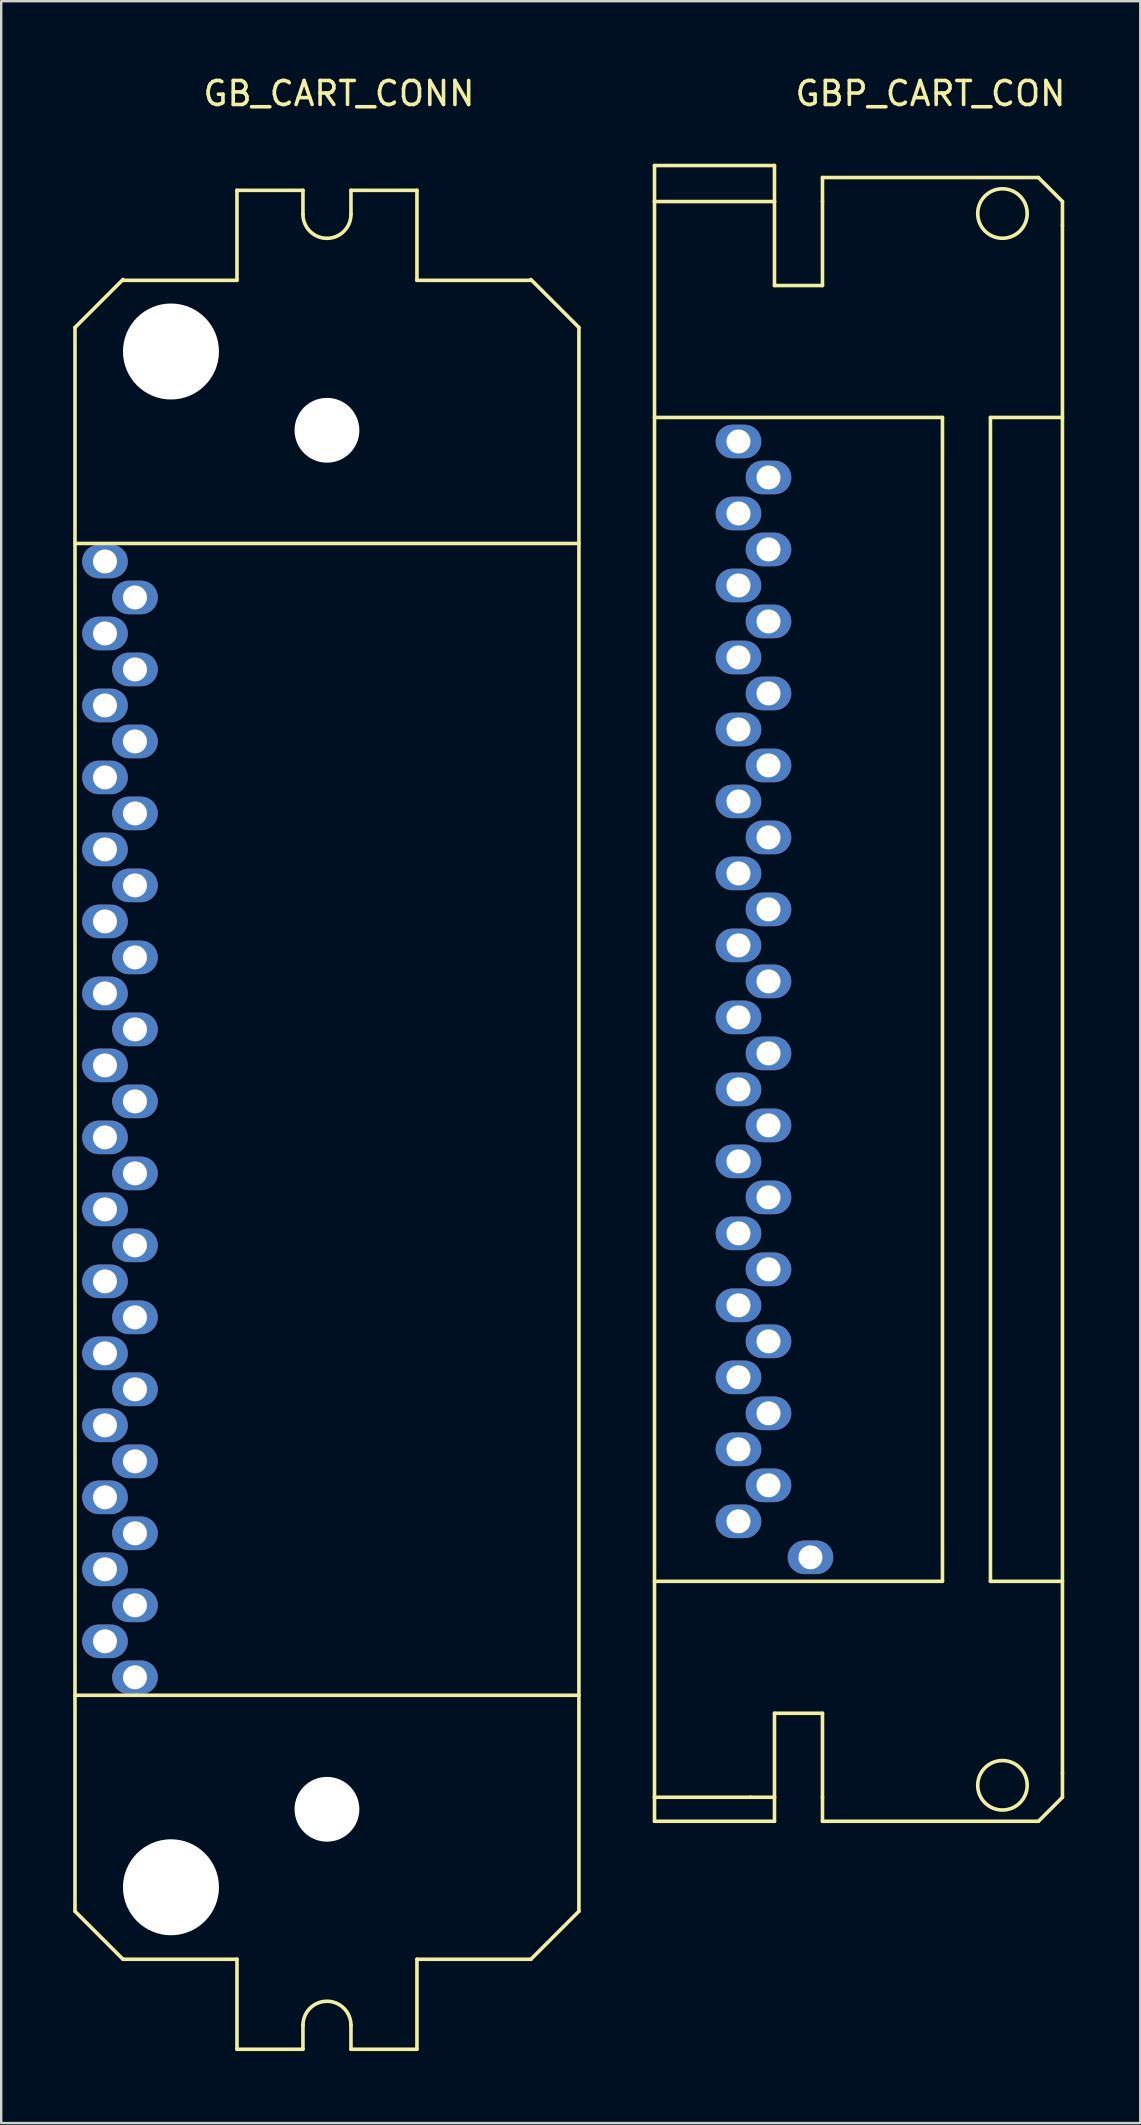
<source format=kicad_pcb>
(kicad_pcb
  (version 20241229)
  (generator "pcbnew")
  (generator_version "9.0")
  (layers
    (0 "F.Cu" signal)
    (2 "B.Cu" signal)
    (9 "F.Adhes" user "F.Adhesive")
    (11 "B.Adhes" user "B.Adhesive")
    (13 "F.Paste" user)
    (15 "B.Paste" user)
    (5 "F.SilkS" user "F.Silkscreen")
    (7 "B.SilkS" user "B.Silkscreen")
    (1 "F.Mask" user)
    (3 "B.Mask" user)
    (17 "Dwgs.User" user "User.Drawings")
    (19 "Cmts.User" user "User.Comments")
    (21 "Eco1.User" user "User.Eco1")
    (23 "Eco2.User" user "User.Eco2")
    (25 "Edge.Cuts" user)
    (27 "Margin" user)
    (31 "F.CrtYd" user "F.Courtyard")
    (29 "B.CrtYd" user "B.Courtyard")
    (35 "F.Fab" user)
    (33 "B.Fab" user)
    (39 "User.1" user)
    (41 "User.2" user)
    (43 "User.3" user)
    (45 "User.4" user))
  (footprint "GB_CART_CONN"
    (layer "F.Cu")
    (at 10.575 43.598)
    (property "Reference" "GB_CART_CONN" (at 0.5 -42.75 0) (layer "F.SilkS") (effects (font (size 1 1) (thickness 0.15))))
    (attr through_hole)
    (fp_line (start -10.5 -33) (end -10.5 33) (stroke (width 0.15) (type solid)) (layer "F.SilkS"))
    (fp_line (start -10.5 -33) (end -8.5 -35) (stroke (width 0.15) (type solid)) (layer "F.SilkS"))
    (fp_line (start -10.5 -24) (end 10.5 -24) (stroke (width 0.15) (type solid)) (layer "F.SilkS"))
    (fp_line (start -10.5 24) (end 10.5 24) (stroke (width 0.15) (type solid)) (layer "F.SilkS"))
    (fp_line (start -10.5 33) (end -8.5 35) (stroke (width 0.15) (type solid)) (layer "F.SilkS"))
    (fp_line (start -8.5 -34.967) (end -3.75 -34.967) (stroke (width 0.15) (type solid)) (layer "F.SilkS"))
    (fp_line (start -8.5 35) (end -3.75 35) (stroke (width 0.15) (type solid)) (layer "F.SilkS"))
    (fp_line (start -3.75 -38.717) (end -3.75 -34.967) (stroke (width 0.15) (type solid)) (layer "F.SilkS"))
    (fp_line (start -3.75 38.75) (end -3.75 35) (stroke (width 0.15) (type solid)) (layer "F.SilkS"))
    (fp_line (start -1 -38.717) (end -3.75 -38.717) (stroke (width 0.15) (type solid)) (layer "F.SilkS"))
    (fp_line (start -1 -37.717) (end -1 -38.717) (stroke (width 0.15) (type solid)) (layer "F.SilkS"))
    (fp_line (start -1 37.75) (end -1 38.75) (stroke (width 0.15) (type solid)) (layer "F.SilkS"))
    (fp_line (start -1 38.75) (end -3.75 38.75) (stroke (width 0.15) (type solid)) (layer "F.SilkS"))
    (fp_line (start 1 -38.717) (end 1 -37.717) (stroke (width 0.15) (type solid)) (layer "F.SilkS"))
    (fp_line (start 1 38.75) (end 1 37.75) (stroke (width 0.15) (type solid)) (layer "F.SilkS"))
    (fp_line (start 3.75 -38.717) (end 1 -38.717) (stroke (width 0.15) (type solid)) (layer "F.SilkS"))
    (fp_line (start 3.75 -34.967) (end 3.75 -38.717) (stroke (width 0.15) (type solid)) (layer "F.SilkS"))
    (fp_line (start 3.75 -34.967) (end 8.5 -34.967) (stroke (width 0.15) (type solid)) (layer "F.SilkS"))
    (fp_line (start 3.75 35) (end 3.75 38.75) (stroke (width 0.15) (type solid)) (layer "F.SilkS"))
    (fp_line (start 3.75 35) (end 8.5 35) (stroke (width 0.15) (type solid)) (layer "F.SilkS"))
    (fp_line (start 3.75 38.75) (end 1 38.75) (stroke (width 0.15) (type solid)) (layer "F.SilkS"))
    (fp_line (start 8.5 -35) (end 10.5 -33) (stroke (width 0.15) (type solid)) (layer "F.SilkS"))
    (fp_line (start 8.5 35) (end 10.5 33) (stroke (width 0.15) (type solid)) (layer "F.SilkS"))
    (fp_line (start 10.5 33) (end 10.5 -33) (stroke (width 0.15) (type solid)) (layer "F.SilkS"))
    (fp_arc (start -1 37.75) (mid 0 36.75) (end 1 37.75) (stroke (width 0.15) (type solid)) (layer "F.SilkS"))
    (fp_arc (start 1 -37.716948) (mid 0 -36.716948) (end -1 -37.716948) (stroke (width 0.15) (type solid)) (layer "F.SilkS"))
    (pad "" np_thru_hole circle (at -6.5 -32 180) (size 4 4) (drill 4) (layers "*.Cu" "*.Mask"))
    (pad "" np_thru_hole circle (at -6.5 32) (size 4 4) (drill 4) (layers "*.Cu" "*.Mask"))
    (pad "" np_thru_hole circle (at 0 -28.717 180) (size 2.7 2.7) (drill 2.7) (layers "*.Cu" "*.Mask"))
    (pad "" np_thru_hole circle (at 0 28.75) (size 2.7 2.7) (drill 2.7) (layers "*.Cu" "*.Mask"))
    (pad "1" thru_hole oval (at -9.25 -23.25) (size 1.9 1.4) (drill 1) (layers "*.Cu" "*.Mask"))
    (pad "2" thru_hole oval (at -8 -21.75) (size 1.9 1.4) (drill 1) (layers "*.Cu" "*.Mask"))
    (pad "3" thru_hole oval (at -9.25 -20.25) (size 1.9 1.4) (drill 1) (layers "*.Cu" "*.Mask"))
    (pad "4" thru_hole oval (at -8 -18.75) (size 1.9 1.4) (drill 1) (layers "*.Cu" "*.Mask"))
    (pad "5" thru_hole oval (at -9.25 -17.25) (size 1.9 1.4) (drill 1) (layers "*.Cu" "*.Mask"))
    (pad "6" thru_hole oval (at -8 -15.75) (size 1.9 1.4) (drill 1) (layers "*.Cu" "*.Mask"))
    (pad "7" thru_hole oval (at -9.25 -14.25) (size 1.9 1.4) (drill 1) (layers "*.Cu" "*.Mask"))
    (pad "8" thru_hole oval (at -8 -12.75) (size 1.9 1.4) (drill 1) (layers "*.Cu" "*.Mask"))
    (pad "9" thru_hole oval (at -9.25 -11.25) (size 1.9 1.4) (drill 1) (layers "*.Cu" "*.Mask"))
    (pad "10" thru_hole oval (at -8 -9.75) (size 1.9 1.4) (drill 1) (layers "*.Cu" "*.Mask"))
    (pad "11" thru_hole oval (at -9.25 -8.25) (size 1.9 1.4) (drill 1) (layers "*.Cu" "*.Mask"))
    (pad "12" thru_hole oval (at -8 -6.75) (size 1.9 1.4) (drill 1) (layers "*.Cu" "*.Mask"))
    (pad "13" thru_hole oval (at -9.25 -5.25) (size 1.9 1.4) (drill 1) (layers "*.Cu" "*.Mask"))
    (pad "14" thru_hole oval (at -8 -3.75) (size 1.9 1.4) (drill 1) (layers "*.Cu" "*.Mask"))
    (pad "15" thru_hole oval (at -9.25 -2.25) (size 1.9 1.4) (drill 1) (layers "*.Cu" "*.Mask"))
    (pad "16" thru_hole oval (at -8 -0.75) (size 1.9 1.4) (drill 1) (layers "*.Cu" "*.Mask"))
    (pad "17" thru_hole oval (at -9.25 0.75) (size 1.9 1.4) (drill 1) (layers "*.Cu" "*.Mask"))
    (pad "18" thru_hole oval (at -8 2.25) (size 1.9 1.4) (drill 1) (layers "*.Cu" "*.Mask"))
    (pad "19" thru_hole oval (at -9.25 3.75) (size 1.9 1.4) (drill 1) (layers "*.Cu" "*.Mask"))
    (pad "20" thru_hole oval (at -8 5.25) (size 1.9 1.4) (drill 1) (layers "*.Cu" "*.Mask"))
    (pad "21" thru_hole oval (at -9.25 6.75) (size 1.9 1.4) (drill 1) (layers "*.Cu" "*.Mask"))
    (pad "22" thru_hole oval (at -8 8.25) (size 1.9 1.4) (drill 1) (layers "*.Cu" "*.Mask"))
    (pad "23" thru_hole oval (at -9.25 9.75) (size 1.9 1.4) (drill 1) (layers "*.Cu" "*.Mask"))
    (pad "24" thru_hole oval (at -8 11.25) (size 1.9 1.4) (drill 1) (layers "*.Cu" "*.Mask"))
    (pad "25" thru_hole oval (at -9.25 12.75) (size 1.9 1.4) (drill 1) (layers "*.Cu" "*.Mask"))
    (pad "26" thru_hole oval (at -8 14.25) (size 1.9 1.4) (drill 1) (layers "*.Cu" "*.Mask"))
    (pad "27" thru_hole oval (at -9.25 15.75) (size 1.9 1.4) (drill 1) (layers "*.Cu" "*.Mask"))
    (pad "28" thru_hole oval (at -8 17.25) (size 1.9 1.4) (drill 1) (layers "*.Cu" "*.Mask"))
    (pad "29" thru_hole oval (at -9.25 18.75) (size 1.9 1.4) (drill 1) (layers "*.Cu" "*.Mask"))
    (pad "30" thru_hole oval (at -8 20.25) (size 1.9 1.4) (drill 1) (layers "*.Cu" "*.Mask"))
    (pad "31" thru_hole oval (at -9.25 21.75) (size 1.9 1.4) (drill 1) (layers "*.Cu" "*.Mask"))
    (pad "32" thru_hole oval (at -8 23.25) (size 1.9 1.4) (drill 1) (layers "*.Cu" "*.Mask")))
  (footprint "GBP_CART_CON"
    (layer "F.Cu")
    (at 26.725 42.848)
    (property "Reference" "GBP_CART_CON" (at 9 -42 0) (layer "F.SilkS") (effects (font (size 1 1) (thickness 0.15))))
    (attr through_hole)
    (fp_line (start -2.5 -39) (end 2.5 -39) (stroke (width 0.15) (type solid)) (layer "F.SilkS"))
    (fp_line (start -2.5 -37.5) (end -2.5 -39) (stroke (width 0.15) (type solid)) (layer "F.SilkS"))
    (fp_line (start -2.5 -37.5) (end -2.5 29) (stroke (width 0.15) (type solid)) (layer "F.SilkS"))
    (fp_line (start -2.5 -28.5) (end 9.5 -28.5) (stroke (width 0.15) (type solid)) (layer "F.SilkS"))
    (fp_line (start -2.5 29) (end 1.5 29) (stroke (width 0.15) (type solid)) (layer "F.SilkS"))
    (fp_line (start -2.5 30) (end -2.5 29) (stroke (width 0.15) (type solid)) (layer "F.SilkS"))
    (fp_line (start 1.5 29) (end 2.5 29) (stroke (width 0.15) (type solid)) (layer "F.SilkS"))
    (fp_line (start 2.5 -39) (end 2.5 -37.5) (stroke (width 0.15) (type solid)) (layer "F.SilkS"))
    (fp_line (start 2.5 -37.5) (end -2.5 -37.5) (stroke (width 0.15) (type solid)) (layer "F.SilkS"))
    (fp_line (start 2.5 -37.5) (end 2.5 -34) (stroke (width 0.15) (type solid)) (layer "F.SilkS"))
    (fp_line (start 2.5 -34) (end 4.5 -34) (stroke (width 0.15) (type solid)) (layer "F.SilkS"))
    (fp_line (start 2.5 25.5) (end 4.5 25.5) (stroke (width 0.15) (type solid)) (layer "F.SilkS"))
    (fp_line (start 2.5 29) (end 2.5 25.5) (stroke (width 0.15) (type solid)) (layer "F.SilkS"))
    (fp_line (start 2.5 29) (end 2.5 30) (stroke (width 0.15) (type solid)) (layer "F.SilkS"))
    (fp_line (start 2.5 30) (end -2.5 30) (stroke (width 0.15) (type solid)) (layer "F.SilkS"))
    (fp_line (start 4.5 -38.5) (end 4.5 -37.5) (stroke (width 0.15) (type solid)) (layer "F.SilkS"))
    (fp_line (start 4.5 -38.5) (end 13.5 -38.5) (stroke (width 0.15) (type solid)) (layer "F.SilkS"))
    (fp_line (start 4.5 -34) (end 4.5 -37.5) (stroke (width 0.15) (type solid)) (layer "F.SilkS"))
    (fp_line (start 4.5 25.5) (end 4.5 29) (stroke (width 0.15) (type solid)) (layer "F.SilkS"))
    (fp_line (start 4.5 29) (end 4.5 30) (stroke (width 0.15) (type solid)) (layer "F.SilkS"))
    (fp_line (start 4.5 30) (end 13.5 30) (stroke (width 0.15) (type solid)) (layer "F.SilkS"))
    (fp_line (start 9.5 -28.5) (end 9.5 20) (stroke (width 0.15) (type solid)) (layer "F.SilkS"))
    (fp_line (start 9.5 20) (end -2.5 20) (stroke (width 0.15) (type solid)) (layer "F.SilkS"))
    (fp_line (start 11.5 -28.5) (end 14.5 -28.5) (stroke (width 0.15) (type solid)) (layer "F.SilkS"))
    (fp_line (start 11.5 20) (end 11.5 -28.5) (stroke (width 0.15) (type solid)) (layer "F.SilkS"))
    (fp_line (start 13.5 30) (end 14.5 29) (stroke (width 0.15) (type solid)) (layer "F.SilkS"))
    (fp_line (start 14.5 -37.5) (end 13.5 -38.5) (stroke (width 0.15) (type solid)) (layer "F.SilkS"))
    (fp_line (start 14.5 -37.5) (end 14.5 -36.5) (stroke (width 0.15) (type solid)) (layer "F.SilkS"))
    (fp_line (start 14.5 20) (end 11.5 20) (stroke (width 0.15) (type solid)) (layer "F.SilkS"))
    (fp_line (start 14.5 28) (end 14.5 -36.5) (stroke (width 0.15) (type solid)) (layer "F.SilkS"))
    (fp_line (start 14.5 29) (end 14.5 28) (stroke (width 0.15) (type solid)) (layer "F.SilkS"))
    (fp_circle (center 12 -37) (end 13 -36.75) (stroke (width 0.15) (type solid)) (fill no) (layer "F.SilkS"))
    (fp_circle (center 12 28.5) (end 13 28.75) (stroke (width 0.15) (type solid)) (fill no) (layer "F.SilkS"))
    (pad "1" thru_hole oval (at 1 -27.5) (size 1.9 1.4) (drill 1) (layers "*.Cu" "*.Mask"))
    (pad "2" thru_hole oval (at 2.25 -26) (size 1.9 1.4) (drill 1) (layers "*.Cu" "*.Mask"))
    (pad "3" thru_hole oval (at 1 -24.5) (size 1.9 1.4) (drill 1) (layers "*.Cu" "*.Mask"))
    (pad "4" thru_hole oval (at 2.25 -23) (size 1.9 1.4) (drill 1) (layers "*.Cu" "*.Mask"))
    (pad "5" thru_hole oval (at 1 -21.5) (size 1.9 1.4) (drill 1) (layers "*.Cu" "*.Mask"))
    (pad "6" thru_hole oval (at 2.25 -20) (size 1.9 1.4) (drill 1) (layers "*.Cu" "*.Mask"))
    (pad "7" thru_hole oval (at 1 -18.5) (size 1.9 1.4) (drill 1) (layers "*.Cu" "*.Mask"))
    (pad "8" thru_hole oval (at 2.25 -17) (size 1.9 1.4) (drill 1) (layers "*.Cu" "*.Mask"))
    (pad "9" thru_hole oval (at 1 -15.5) (size 1.9 1.4) (drill 1) (layers "*.Cu" "*.Mask"))
    (pad "10" thru_hole oval (at 2.25 -14) (size 1.9 1.4) (drill 1) (layers "*.Cu" "*.Mask"))
    (pad "11" thru_hole oval (at 1 -12.5) (size 1.9 1.4) (drill 1) (layers "*.Cu" "*.Mask"))
    (pad "12" thru_hole oval (at 2.25 -11) (size 1.9 1.4) (drill 1) (layers "*.Cu" "*.Mask"))
    (pad "13" thru_hole oval (at 1 -9.5) (size 1.9 1.4) (drill 1) (layers "*.Cu" "*.Mask"))
    (pad "14" thru_hole oval (at 2.25 -8) (size 1.9 1.4) (drill 1) (layers "*.Cu" "*.Mask"))
    (pad "15" thru_hole oval (at 1 -6.5) (size 1.9 1.4) (drill 1) (layers "*.Cu" "*.Mask"))
    (pad "16" thru_hole oval (at 2.25 -5) (size 1.9 1.4) (drill 1) (layers "*.Cu" "*.Mask"))
    (pad "17" thru_hole oval (at 1 -3.5) (size 1.9 1.4) (drill 1) (layers "*.Cu" "*.Mask"))
    (pad "18" thru_hole oval (at 2.25 -2) (size 1.9 1.4) (drill 1) (layers "*.Cu" "*.Mask"))
    (pad "19" thru_hole oval (at 1 -0.5) (size 1.9 1.4) (drill 1) (layers "*.Cu" "*.Mask"))
    (pad "20" thru_hole oval (at 2.25 1) (size 1.9 1.4) (drill 1) (layers "*.Cu" "*.Mask"))
    (pad "21" thru_hole oval (at 1 2.5) (size 1.9 1.4) (drill 1) (layers "*.Cu" "*.Mask"))
    (pad "22" thru_hole oval (at 2.25 4) (size 1.9 1.4) (drill 1) (layers "*.Cu" "*.Mask"))
    (pad "23" thru_hole oval (at 1 5.5) (size 1.9 1.4) (drill 1) (layers "*.Cu" "*.Mask"))
    (pad "24" thru_hole oval (at 2.25 7) (size 1.9 1.4) (drill 1) (layers "*.Cu" "*.Mask"))
    (pad "25" thru_hole oval (at 1 8.5) (size 1.9 1.4) (drill 1) (layers "*.Cu" "*.Mask"))
    (pad "26" thru_hole oval (at 2.25 10) (size 1.9 1.4) (drill 1) (layers "*.Cu" "*.Mask"))
    (pad "27" thru_hole oval (at 1 11.5) (size 1.9 1.4) (drill 1) (layers "*.Cu" "*.Mask"))
    (pad "28" thru_hole oval (at 2.25 13) (size 1.9 1.4) (drill 1) (layers "*.Cu" "*.Mask"))
    (pad "29" thru_hole oval (at 1 14.5) (size 1.9 1.4) (drill 1) (layers "*.Cu" "*.Mask"))
    (pad "30" thru_hole oval (at 2.25 16) (size 1.9 1.4) (drill 1) (layers "*.Cu" "*.Mask"))
    (pad "31" thru_hole oval (at 1 17.5) (size 1.9 1.4) (drill 1) (layers "*.Cu" "*.Mask"))
    (pad "32" thru_hole oval (at 4 19) (size 1.9 1.4) (drill 1) (layers "*.Cu" "*.Mask")))
  (gr_rect
    (start -3 -3)
    (end 44.469 85.423)
    (stroke (width 0.1) (type default))
    (fill no)
    (layer "Edge.Cuts")))
</source>
